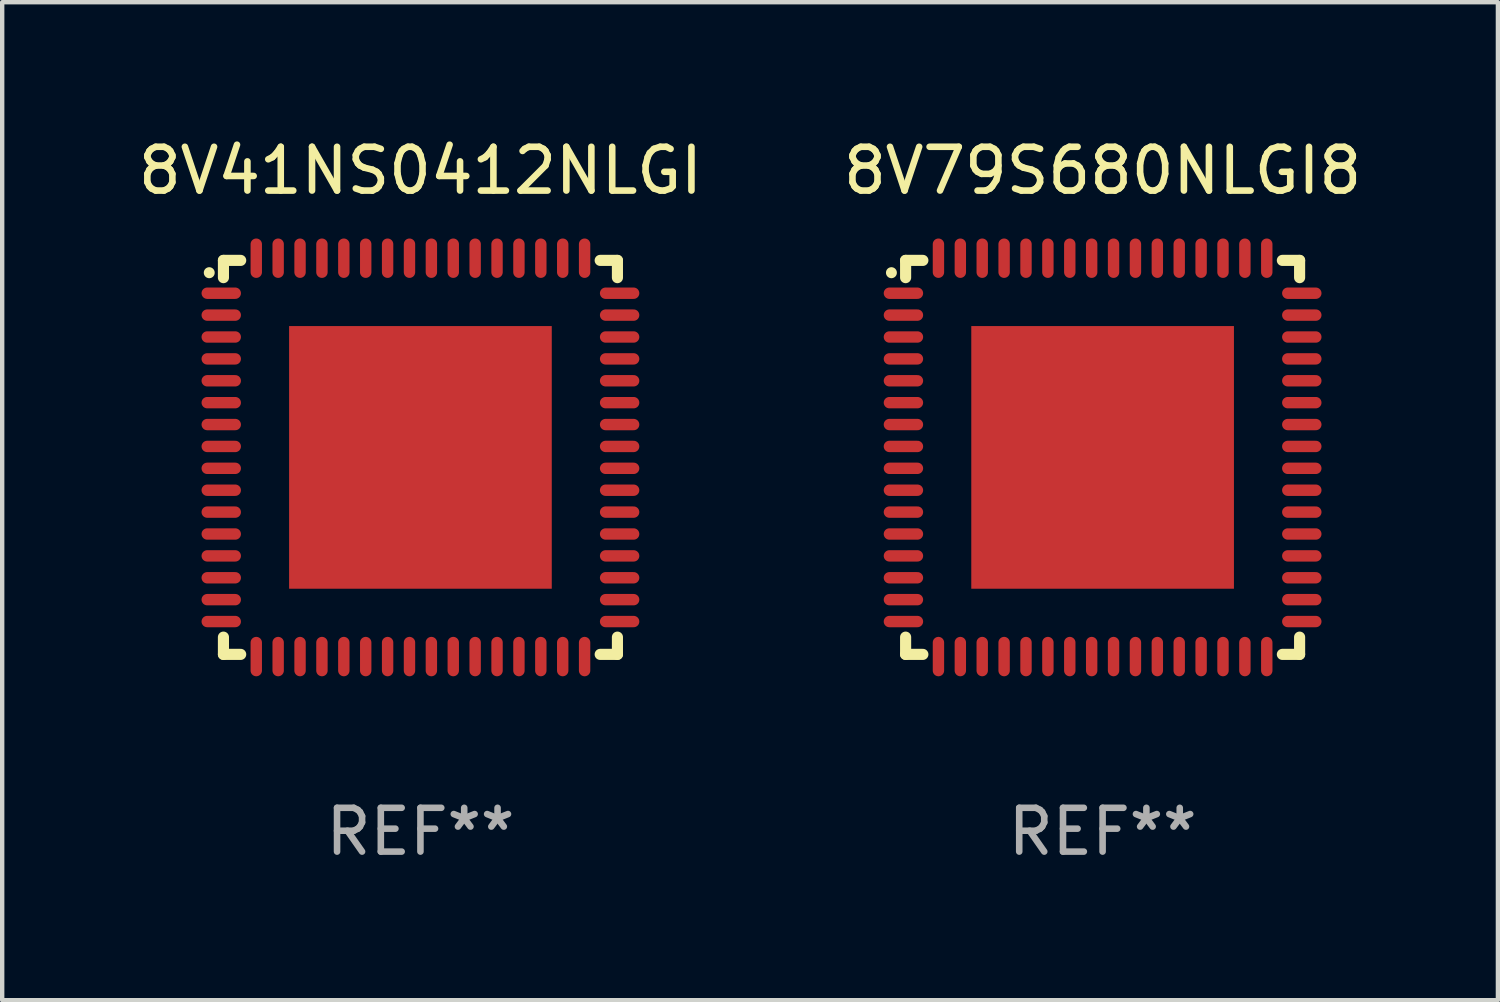
<source format=kicad_pcb>
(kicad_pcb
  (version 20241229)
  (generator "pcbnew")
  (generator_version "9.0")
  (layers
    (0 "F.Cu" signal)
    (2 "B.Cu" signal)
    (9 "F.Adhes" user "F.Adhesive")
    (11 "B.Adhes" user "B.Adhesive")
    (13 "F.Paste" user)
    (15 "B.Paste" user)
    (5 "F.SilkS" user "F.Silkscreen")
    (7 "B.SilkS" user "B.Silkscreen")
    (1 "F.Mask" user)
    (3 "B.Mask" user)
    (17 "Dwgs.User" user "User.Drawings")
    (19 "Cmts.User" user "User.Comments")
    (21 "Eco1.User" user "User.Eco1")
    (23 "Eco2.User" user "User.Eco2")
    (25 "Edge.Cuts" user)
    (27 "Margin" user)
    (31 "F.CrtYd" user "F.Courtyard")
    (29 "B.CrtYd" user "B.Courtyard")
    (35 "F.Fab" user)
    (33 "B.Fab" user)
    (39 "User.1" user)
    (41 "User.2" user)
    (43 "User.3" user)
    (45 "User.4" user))
  (footprint "8V41NS0412NLGI"
    (layer "F.Cu")
    (at 6.554 7.398)
    (property "Reference" "8V41NS0412NLGI" (at 0 -6.55 0) (layer "F.SilkS") (effects (font (size 1 1) (thickness 0.15))))
    (attr through_hole)
    (fp_line (start -4.5 -4.5) (end -4.106 -4.5) (stroke (width 0.254) (type solid)) (layer "F.SilkS"))
    (fp_line (start -4.5 -4.106) (end -4.5 -4.5) (stroke (width 0.254) (type solid)) (layer "F.SilkS"))
    (fp_line (start -4.5 4.5) (end -4.5 4.106) (stroke (width 0.254) (type solid)) (layer "F.SilkS"))
    (fp_line (start -4.106 4.5) (end -4.5 4.5) (stroke (width 0.254) (type solid)) (layer "F.SilkS"))
    (fp_line (start 4.106 -4.5) (end 4.5 -4.5) (stroke (width 0.254) (type solid)) (layer "F.SilkS"))
    (fp_line (start 4.5 -4.5) (end 4.5 -4.106) (stroke (width 0.254) (type solid)) (layer "F.SilkS"))
    (fp_line (start 4.5 4.106) (end 4.5 4.5) (stroke (width 0.254) (type solid)) (layer "F.SilkS"))
    (fp_line (start 4.5 4.5) (end 4.106 4.5) (stroke (width 0.254) (type solid)) (layer "F.SilkS"))
    (fp_arc (start -4.824308 -4.217501) (mid -4.824314 -4.218771) (end -4.824308 -4.220041) (stroke (width 0.24892) (type solid)) (layer "F.SilkS"))
    (fp_text user "REF**" (at 0 8.55 0) (layer "F.Fab") (effects (font (size 1 1) (thickness 0.15))))
    (pad "1" smd oval (at -4.55 -3.75) (size 0.9 0.26) (layers "F.Cu" "F.Mask" "F.Paste"))
    (pad "2" smd oval (at -4.55 -3.25) (size 0.9 0.26) (layers "F.Cu" "F.Mask" "F.Paste"))
    (pad "3" smd oval (at -4.55 -2.75) (size 0.9 0.26) (layers "F.Cu" "F.Mask" "F.Paste"))
    (pad "4" smd oval (at -4.55 -2.25) (size 0.9 0.26) (layers "F.Cu" "F.Mask" "F.Paste"))
    (pad "5" smd oval (at -4.55 -1.75) (size 0.9 0.26) (layers "F.Cu" "F.Mask" "F.Paste"))
    (pad "6" smd oval (at -4.55 -1.25) (size 0.9 0.26) (layers "F.Cu" "F.Mask" "F.Paste"))
    (pad "7" smd oval (at -4.55 -0.75) (size 0.9 0.26) (layers "F.Cu" "F.Mask" "F.Paste"))
    (pad "8" smd oval (at -4.55 -0.25) (size 0.9 0.26) (layers "F.Cu" "F.Mask" "F.Paste"))
    (pad "9" smd oval (at -4.55 0.25) (size 0.9 0.26) (layers "F.Cu" "F.Mask" "F.Paste"))
    (pad "10" smd oval (at -4.55 0.75) (size 0.9 0.26) (layers "F.Cu" "F.Mask" "F.Paste"))
    (pad "11" smd oval (at -4.55 1.25) (size 0.9 0.26) (layers "F.Cu" "F.Mask" "F.Paste"))
    (pad "12" smd oval (at -4.55 1.75) (size 0.9 0.26) (layers "F.Cu" "F.Mask" "F.Paste"))
    (pad "13" smd oval (at -4.55 2.25) (size 0.9 0.26) (layers "F.Cu" "F.Mask" "F.Paste"))
    (pad "14" smd oval (at -4.55 2.75) (size 0.9 0.26) (layers "F.Cu" "F.Mask" "F.Paste"))
    (pad "15" smd oval (at -4.55 3.25) (size 0.9 0.26) (layers "F.Cu" "F.Mask" "F.Paste"))
    (pad "16" smd oval (at -4.55 3.75) (size 0.9 0.26) (layers "F.Cu" "F.Mask" "F.Paste"))
    (pad "17" smd oval (at -3.75 4.55) (size 0.26 0.9) (layers "F.Cu" "F.Mask" "F.Paste"))
    (pad "18" smd oval (at -3.25 4.55) (size 0.26 0.9) (layers "F.Cu" "F.Mask" "F.Paste"))
    (pad "19" smd oval (at -2.75 4.55) (size 0.26 0.9) (layers "F.Cu" "F.Mask" "F.Paste"))
    (pad "20" smd oval (at -2.25 4.55) (size 0.26 0.9) (layers "F.Cu" "F.Mask" "F.Paste"))
    (pad "21" smd oval (at -1.75 4.55) (size 0.26 0.9) (layers "F.Cu" "F.Mask" "F.Paste"))
    (pad "22" smd oval (at -1.25 4.55) (size 0.26 0.9) (layers "F.Cu" "F.Mask" "F.Paste"))
    (pad "23" smd oval (at -0.75 4.55) (size 0.26 0.9) (layers "F.Cu" "F.Mask" "F.Paste"))
    (pad "24" smd oval (at -0.25 4.55) (size 0.26 0.9) (layers "F.Cu" "F.Mask" "F.Paste"))
    (pad "25" smd oval (at 0.25 4.55) (size 0.26 0.9) (layers "F.Cu" "F.Mask" "F.Paste"))
    (pad "26" smd oval (at 0.75 4.55) (size 0.26 0.9) (layers "F.Cu" "F.Mask" "F.Paste"))
    (pad "27" smd oval (at 1.25 4.55) (size 0.26 0.9) (layers "F.Cu" "F.Mask" "F.Paste"))
    (pad "28" smd oval (at 1.75 4.55) (size 0.26 0.9) (layers "F.Cu" "F.Mask" "F.Paste"))
    (pad "29" smd oval (at 2.25 4.55) (size 0.26 0.9) (layers "F.Cu" "F.Mask" "F.Paste"))
    (pad "30" smd oval (at 2.75 4.55) (size 0.26 0.9) (layers "F.Cu" "F.Mask" "F.Paste"))
    (pad "31" smd oval (at 3.25 4.55) (size 0.26 0.9) (layers "F.Cu" "F.Mask" "F.Paste"))
    (pad "32" smd oval (at 3.75 4.55) (size 0.26 0.9) (layers "F.Cu" "F.Mask" "F.Paste"))
    (pad "33" smd oval (at 4.55 3.75) (size 0.9 0.26) (layers "F.Cu" "F.Mask" "F.Paste"))
    (pad "34" smd oval (at 4.55 3.25) (size 0.9 0.26) (layers "F.Cu" "F.Mask" "F.Paste"))
    (pad "35" smd oval (at 4.55 2.75) (size 0.9 0.26) (layers "F.Cu" "F.Mask" "F.Paste"))
    (pad "36" smd oval (at 4.55 2.25) (size 0.9 0.26) (layers "F.Cu" "F.Mask" "F.Paste"))
    (pad "37" smd oval (at 4.55 1.75) (size 0.9 0.26) (layers "F.Cu" "F.Mask" "F.Paste"))
    (pad "38" smd oval (at 4.55 1.25) (size 0.9 0.26) (layers "F.Cu" "F.Mask" "F.Paste"))
    (pad "39" smd oval (at 4.55 0.75) (size 0.9 0.26) (layers "F.Cu" "F.Mask" "F.Paste"))
    (pad "40" smd oval (at 4.55 0.25) (size 0.9 0.26) (layers "F.Cu" "F.Mask" "F.Paste"))
    (pad "41" smd oval (at 4.55 -0.25) (size 0.9 0.26) (layers "F.Cu" "F.Mask" "F.Paste"))
    (pad "42" smd oval (at 4.55 -0.75) (size 0.9 0.26) (layers "F.Cu" "F.Mask" "F.Paste"))
    (pad "43" smd oval (at 4.55 -1.25) (size 0.9 0.26) (layers "F.Cu" "F.Mask" "F.Paste"))
    (pad "44" smd oval (at 4.55 -1.75) (size 0.9 0.26) (layers "F.Cu" "F.Mask" "F.Paste"))
    (pad "45" smd oval (at 4.55 -2.25) (size 0.9 0.26) (layers "F.Cu" "F.Mask" "F.Paste"))
    (pad "46" smd oval (at 4.55 -2.75) (size 0.9 0.26) (layers "F.Cu" "F.Mask" "F.Paste"))
    (pad "47" smd oval (at 4.55 -3.25) (size 0.9 0.26) (layers "F.Cu" "F.Mask" "F.Paste"))
    (pad "48" smd oval (at 4.55 -3.75) (size 0.9 0.26) (layers "F.Cu" "F.Mask" "F.Paste"))
    (pad "49" smd oval (at 3.75 -4.55) (size 0.26 0.9) (layers "F.Cu" "F.Mask" "F.Paste"))
    (pad "50" smd oval (at 3.25 -4.55) (size 0.26 0.9) (layers "F.Cu" "F.Mask" "F.Paste"))
    (pad "51" smd oval (at 2.75 -4.55) (size 0.26 0.9) (layers "F.Cu" "F.Mask" "F.Paste"))
    (pad "52" smd oval (at 2.25 -4.55) (size 0.26 0.9) (layers "F.Cu" "F.Mask" "F.Paste"))
    (pad "53" smd oval (at 1.75 -4.55) (size 0.26 0.9) (layers "F.Cu" "F.Mask" "F.Paste"))
    (pad "54" smd oval (at 1.25 -4.55) (size 0.26 0.9) (layers "F.Cu" "F.Mask" "F.Paste"))
    (pad "55" smd oval (at 0.75 -4.55) (size 0.26 0.9) (layers "F.Cu" "F.Mask" "F.Paste"))
    (pad "56" smd oval (at 0.25 -4.55) (size 0.26 0.9) (layers "F.Cu" "F.Mask" "F.Paste"))
    (pad "57" smd oval (at -0.25 -4.55) (size 0.26 0.9) (layers "F.Cu" "F.Mask" "F.Paste"))
    (pad "58" smd oval (at -0.75 -4.55) (size 0.26 0.9) (layers "F.Cu" "F.Mask" "F.Paste"))
    (pad "59" smd oval (at -1.25 -4.55) (size 0.26 0.9) (layers "F.Cu" "F.Mask" "F.Paste"))
    (pad "60" smd oval (at -1.75 -4.55) (size 0.26 0.9) (layers "F.Cu" "F.Mask" "F.Paste"))
    (pad "61" smd oval (at -2.25 -4.55) (size 0.26 0.9) (layers "F.Cu" "F.Mask" "F.Paste"))
    (pad "62" smd oval (at -2.75 -4.55) (size 0.26 0.9) (layers "F.Cu" "F.Mask" "F.Paste"))
    (pad "63" smd oval (at -3.25 -4.55) (size 0.26 0.9) (layers "F.Cu" "F.Mask" "F.Paste"))
    (pad "64" smd oval (at -3.75 -4.55) (size 0.26 0.9) (layers "F.Cu" "F.Mask" "F.Paste"))
    (pad "65" smd rect (at 0 0.000381) (size 6 6) (layers "F.Cu" "F.Mask" "F.Paste")))
  (footprint "8V79S680NLGI8"
    (layer "F.Cu")
    (at 22.137 7.398)
    (property "Reference" "8V79S680NLGI8" (at 0 -6.55 0) (layer "F.SilkS") (effects (font (size 1 1) (thickness 0.15))))
    (attr through_hole)
    (fp_line (start -4.5 -4.5) (end -4.106 -4.5) (stroke (width 0.254) (type solid)) (layer "F.SilkS"))
    (fp_line (start -4.5 -4.106) (end -4.5 -4.5) (stroke (width 0.254) (type solid)) (layer "F.SilkS"))
    (fp_line (start -4.5 4.5) (end -4.5 4.106) (stroke (width 0.254) (type solid)) (layer "F.SilkS"))
    (fp_line (start -4.106 4.5) (end -4.5 4.5) (stroke (width 0.254) (type solid)) (layer "F.SilkS"))
    (fp_line (start 4.106 -4.5) (end 4.5 -4.5) (stroke (width 0.254) (type solid)) (layer "F.SilkS"))
    (fp_line (start 4.5 -4.5) (end 4.5 -4.106) (stroke (width 0.254) (type solid)) (layer "F.SilkS"))
    (fp_line (start 4.5 4.106) (end 4.5 4.5) (stroke (width 0.254) (type solid)) (layer "F.SilkS"))
    (fp_line (start 4.5 4.5) (end 4.106 4.5) (stroke (width 0.254) (type solid)) (layer "F.SilkS"))
    (fp_arc (start -4.824308 -4.217501) (mid -4.824314 -4.218771) (end -4.824308 -4.220041) (stroke (width 0.24892) (type solid)) (layer "F.SilkS"))
    (fp_text user "REF**" (at 0 8.55 0) (layer "F.Fab") (effects (font (size 1 1) (thickness 0.15))))
    (pad "1" smd oval (at -4.55 -3.75) (size 0.9 0.26) (layers "F.Cu" "F.Mask" "F.Paste"))
    (pad "2" smd oval (at -4.55 -3.25) (size 0.9 0.26) (layers "F.Cu" "F.Mask" "F.Paste"))
    (pad "3" smd oval (at -4.55 -2.75) (size 0.9 0.26) (layers "F.Cu" "F.Mask" "F.Paste"))
    (pad "4" smd oval (at -4.55 -2.25) (size 0.9 0.26) (layers "F.Cu" "F.Mask" "F.Paste"))
    (pad "5" smd oval (at -4.55 -1.75) (size 0.9 0.26) (layers "F.Cu" "F.Mask" "F.Paste"))
    (pad "6" smd oval (at -4.55 -1.25) (size 0.9 0.26) (layers "F.Cu" "F.Mask" "F.Paste"))
    (pad "7" smd oval (at -4.55 -0.75) (size 0.9 0.26) (layers "F.Cu" "F.Mask" "F.Paste"))
    (pad "8" smd oval (at -4.55 -0.25) (size 0.9 0.26) (layers "F.Cu" "F.Mask" "F.Paste"))
    (pad "9" smd oval (at -4.55 0.25) (size 0.9 0.26) (layers "F.Cu" "F.Mask" "F.Paste"))
    (pad "10" smd oval (at -4.55 0.75) (size 0.9 0.26) (layers "F.Cu" "F.Mask" "F.Paste"))
    (pad "11" smd oval (at -4.55 1.25) (size 0.9 0.26) (layers "F.Cu" "F.Mask" "F.Paste"))
    (pad "12" smd oval (at -4.55 1.75) (size 0.9 0.26) (layers "F.Cu" "F.Mask" "F.Paste"))
    (pad "13" smd oval (at -4.55 2.25) (size 0.9 0.26) (layers "F.Cu" "F.Mask" "F.Paste"))
    (pad "14" smd oval (at -4.55 2.75) (size 0.9 0.26) (layers "F.Cu" "F.Mask" "F.Paste"))
    (pad "15" smd oval (at -4.55 3.25) (size 0.9 0.26) (layers "F.Cu" "F.Mask" "F.Paste"))
    (pad "16" smd oval (at -4.55 3.75) (size 0.9 0.26) (layers "F.Cu" "F.Mask" "F.Paste"))
    (pad "17" smd oval (at -3.75 4.55) (size 0.26 0.9) (layers "F.Cu" "F.Mask" "F.Paste"))
    (pad "18" smd oval (at -3.25 4.55) (size 0.26 0.9) (layers "F.Cu" "F.Mask" "F.Paste"))
    (pad "19" smd oval (at -2.75 4.55) (size 0.26 0.9) (layers "F.Cu" "F.Mask" "F.Paste"))
    (pad "20" smd oval (at -2.25 4.55) (size 0.26 0.9) (layers "F.Cu" "F.Mask" "F.Paste"))
    (pad "21" smd oval (at -1.75 4.55) (size 0.26 0.9) (layers "F.Cu" "F.Mask" "F.Paste"))
    (pad "22" smd oval (at -1.25 4.55) (size 0.26 0.9) (layers "F.Cu" "F.Mask" "F.Paste"))
    (pad "23" smd oval (at -0.75 4.55) (size 0.26 0.9) (layers "F.Cu" "F.Mask" "F.Paste"))
    (pad "24" smd oval (at -0.25 4.55) (size 0.26 0.9) (layers "F.Cu" "F.Mask" "F.Paste"))
    (pad "25" smd oval (at 0.25 4.55) (size 0.26 0.9) (layers "F.Cu" "F.Mask" "F.Paste"))
    (pad "26" smd oval (at 0.75 4.55) (size 0.26 0.9) (layers "F.Cu" "F.Mask" "F.Paste"))
    (pad "27" smd oval (at 1.25 4.55) (size 0.26 0.9) (layers "F.Cu" "F.Mask" "F.Paste"))
    (pad "28" smd oval (at 1.75 4.55) (size 0.26 0.9) (layers "F.Cu" "F.Mask" "F.Paste"))
    (pad "29" smd oval (at 2.25 4.55) (size 0.26 0.9) (layers "F.Cu" "F.Mask" "F.Paste"))
    (pad "30" smd oval (at 2.75 4.55) (size 0.26 0.9) (layers "F.Cu" "F.Mask" "F.Paste"))
    (pad "31" smd oval (at 3.25 4.55) (size 0.26 0.9) (layers "F.Cu" "F.Mask" "F.Paste"))
    (pad "32" smd oval (at 3.75 4.55) (size 0.26 0.9) (layers "F.Cu" "F.Mask" "F.Paste"))
    (pad "33" smd oval (at 4.55 3.75) (size 0.9 0.26) (layers "F.Cu" "F.Mask" "F.Paste"))
    (pad "34" smd oval (at 4.55 3.25) (size 0.9 0.26) (layers "F.Cu" "F.Mask" "F.Paste"))
    (pad "35" smd oval (at 4.55 2.75) (size 0.9 0.26) (layers "F.Cu" "F.Mask" "F.Paste"))
    (pad "36" smd oval (at 4.55 2.25) (size 0.9 0.26) (layers "F.Cu" "F.Mask" "F.Paste"))
    (pad "37" smd oval (at 4.55 1.75) (size 0.9 0.26) (layers "F.Cu" "F.Mask" "F.Paste"))
    (pad "38" smd oval (at 4.55 1.25) (size 0.9 0.26) (layers "F.Cu" "F.Mask" "F.Paste"))
    (pad "39" smd oval (at 4.55 0.75) (size 0.9 0.26) (layers "F.Cu" "F.Mask" "F.Paste"))
    (pad "40" smd oval (at 4.55 0.25) (size 0.9 0.26) (layers "F.Cu" "F.Mask" "F.Paste"))
    (pad "41" smd oval (at 4.55 -0.25) (size 0.9 0.26) (layers "F.Cu" "F.Mask" "F.Paste"))
    (pad "42" smd oval (at 4.55 -0.75) (size 0.9 0.26) (layers "F.Cu" "F.Mask" "F.Paste"))
    (pad "43" smd oval (at 4.55 -1.25) (size 0.9 0.26) (layers "F.Cu" "F.Mask" "F.Paste"))
    (pad "44" smd oval (at 4.55 -1.75) (size 0.9 0.26) (layers "F.Cu" "F.Mask" "F.Paste"))
    (pad "45" smd oval (at 4.55 -2.25) (size 0.9 0.26) (layers "F.Cu" "F.Mask" "F.Paste"))
    (pad "46" smd oval (at 4.55 -2.75) (size 0.9 0.26) (layers "F.Cu" "F.Mask" "F.Paste"))
    (pad "47" smd oval (at 4.55 -3.25) (size 0.9 0.26) (layers "F.Cu" "F.Mask" "F.Paste"))
    (pad "48" smd oval (at 4.55 -3.75) (size 0.9 0.26) (layers "F.Cu" "F.Mask" "F.Paste"))
    (pad "49" smd oval (at 3.75 -4.55) (size 0.26 0.9) (layers "F.Cu" "F.Mask" "F.Paste"))
    (pad "50" smd oval (at 3.25 -4.55) (size 0.26 0.9) (layers "F.Cu" "F.Mask" "F.Paste"))
    (pad "51" smd oval (at 2.75 -4.55) (size 0.26 0.9) (layers "F.Cu" "F.Mask" "F.Paste"))
    (pad "52" smd oval (at 2.25 -4.55) (size 0.26 0.9) (layers "F.Cu" "F.Mask" "F.Paste"))
    (pad "53" smd oval (at 1.75 -4.55) (size 0.26 0.9) (layers "F.Cu" "F.Mask" "F.Paste"))
    (pad "54" smd oval (at 1.25 -4.55) (size 0.26 0.9) (layers "F.Cu" "F.Mask" "F.Paste"))
    (pad "55" smd oval (at 0.75 -4.55) (size 0.26 0.9) (layers "F.Cu" "F.Mask" "F.Paste"))
    (pad "56" smd oval (at 0.25 -4.55) (size 0.26 0.9) (layers "F.Cu" "F.Mask" "F.Paste"))
    (pad "57" smd oval (at -0.25 -4.55) (size 0.26 0.9) (layers "F.Cu" "F.Mask" "F.Paste"))
    (pad "58" smd oval (at -0.75 -4.55) (size 0.26 0.9) (layers "F.Cu" "F.Mask" "F.Paste"))
    (pad "59" smd oval (at -1.25 -4.55) (size 0.26 0.9) (layers "F.Cu" "F.Mask" "F.Paste"))
    (pad "60" smd oval (at -1.75 -4.55) (size 0.26 0.9) (layers "F.Cu" "F.Mask" "F.Paste"))
    (pad "61" smd oval (at -2.25 -4.55) (size 0.26 0.9) (layers "F.Cu" "F.Mask" "F.Paste"))
    (pad "62" smd oval (at -2.75 -4.55) (size 0.26 0.9) (layers "F.Cu" "F.Mask" "F.Paste"))
    (pad "63" smd oval (at -3.25 -4.55) (size 0.26 0.9) (layers "F.Cu" "F.Mask" "F.Paste"))
    (pad "64" smd oval (at -3.75 -4.55) (size 0.26 0.9) (layers "F.Cu" "F.Mask" "F.Paste"))
    (pad "65" smd rect (at 0 0.000381) (size 6 6) (layers "F.Cu" "F.Mask" "F.Paste")))
  (gr_rect
    (start -3 -3)
    (end 31.167 19.797)
    (stroke (width 0.1) (type default))
    (fill no)
    (layer "Edge.Cuts")))
</source>
